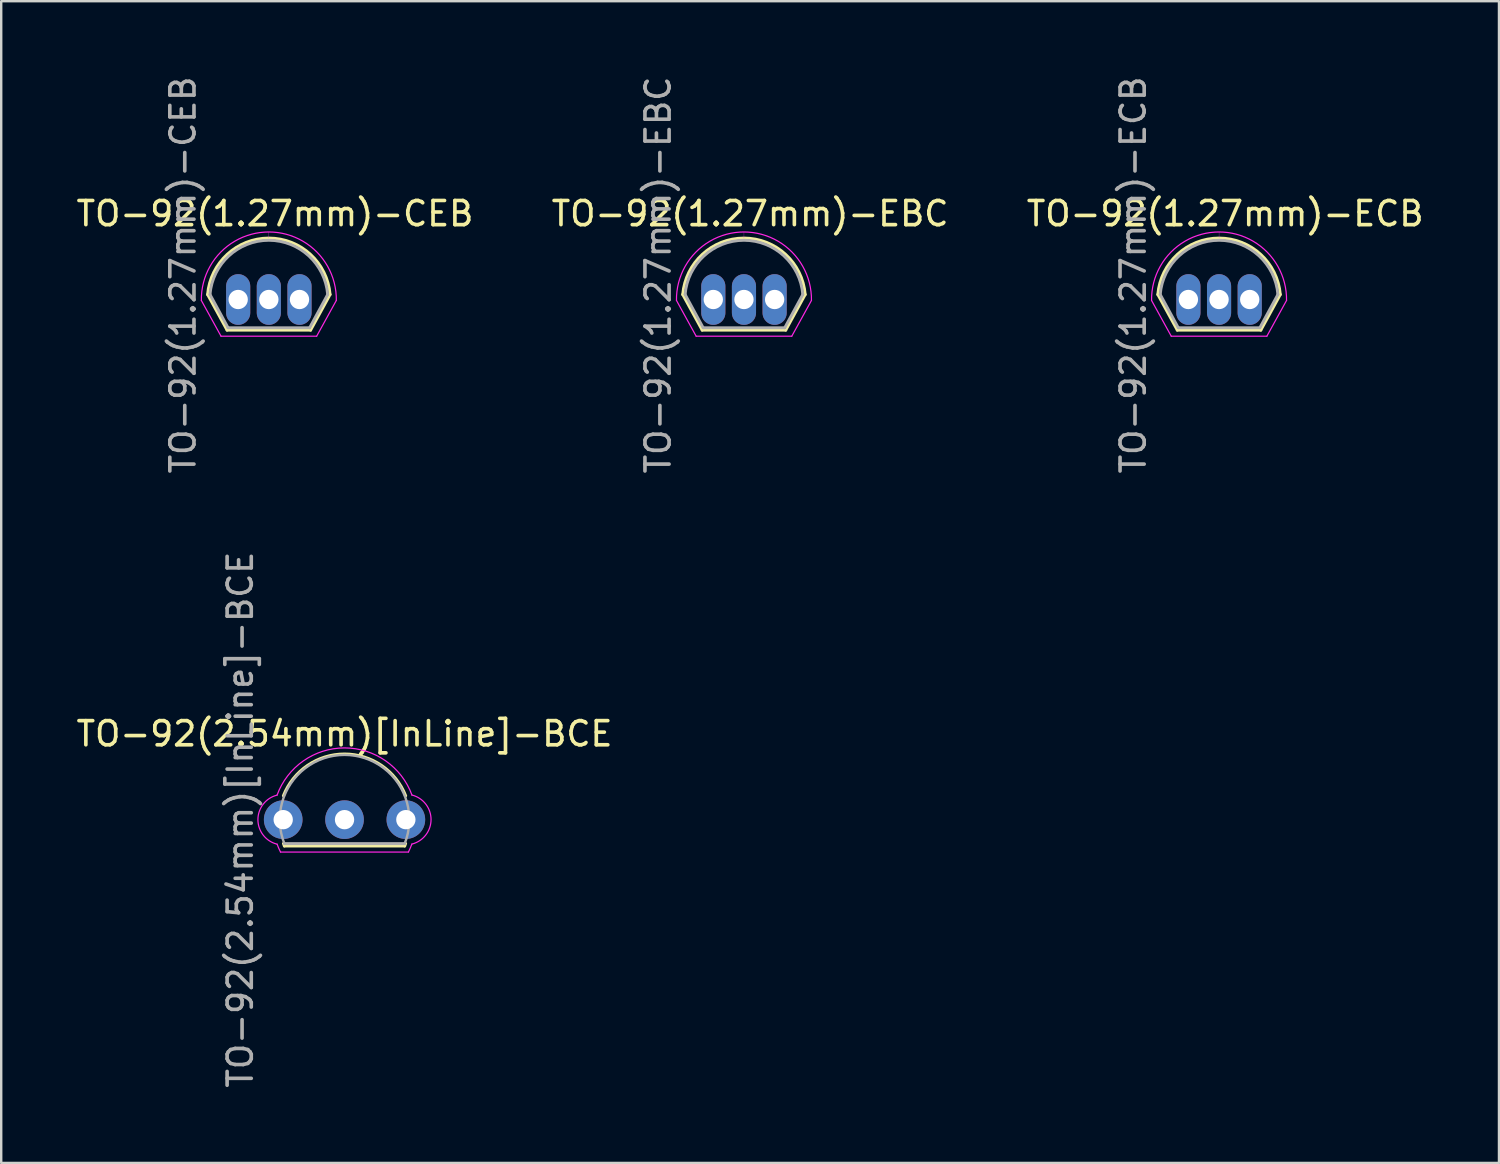
<source format=kicad_pcb>
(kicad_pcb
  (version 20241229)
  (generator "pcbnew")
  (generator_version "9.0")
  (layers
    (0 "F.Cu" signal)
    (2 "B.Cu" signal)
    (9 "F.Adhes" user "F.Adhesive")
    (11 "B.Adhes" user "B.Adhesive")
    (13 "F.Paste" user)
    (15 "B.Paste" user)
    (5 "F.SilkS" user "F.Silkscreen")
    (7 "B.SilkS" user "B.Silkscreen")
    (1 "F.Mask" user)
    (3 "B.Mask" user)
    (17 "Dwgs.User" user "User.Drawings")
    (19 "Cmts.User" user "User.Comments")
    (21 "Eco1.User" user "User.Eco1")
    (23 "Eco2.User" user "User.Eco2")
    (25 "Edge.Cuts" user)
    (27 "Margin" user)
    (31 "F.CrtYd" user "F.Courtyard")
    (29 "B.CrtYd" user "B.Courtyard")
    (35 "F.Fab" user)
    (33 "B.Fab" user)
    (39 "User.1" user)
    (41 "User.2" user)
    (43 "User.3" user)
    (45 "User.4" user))
  (footprint "TO-92(1.27mm)-ECB"
    (layer "F.Cu")
    (at 47.442 9.355)
    (property "Reference" "TO-92(1.27mm)-ECB" (at 0.254 -3.556 0) (unlocked yes) (layer "F.SilkS") (effects (font (size 1 1) (thickness 0.15))))
    (attr through_hole)
    (fp_line (start -1.73 1.27) (end -2.537 -0.206) (stroke (width 0.12) (type solid)) (layer "F.SilkS"))
    (fp_line (start 1.73 1.27) (end -1.73 1.27) (stroke (width 0.12) (type solid)) (layer "F.SilkS"))
    (fp_line (start 1.73 1.27) (end 2.537 -0.206) (stroke (width 0.12) (type solid)) (layer "F.SilkS"))
    (fp_arc (start -2.537006 -0.206178) (mid 0 -2.54537) (end 2.537006 -0.206178) (stroke (width 0.12) (type solid)) (layer "F.SilkS"))
    (fp_line (start -1.98 1.52) (end -2.795 0.04) (stroke (width 0.05) (type solid)) (layer "F.CrtYd"))
    (fp_line (start 0 -2.545) (end 0 -2.795) (stroke (width 0.01) (type solid)) (layer "F.CrtYd"))
    (fp_line (start 1.98 1.52) (end -1.98 1.52) (stroke (width 0.05) (type solid)) (layer "F.CrtYd"))
    (fp_line (start 1.98 1.52) (end 2.795 0.04) (stroke (width 0.05) (type solid)) (layer "F.CrtYd"))
    (fp_arc (start -2.79537 0.04) (mid 0 -2.795656) (end 2.79537 0.04) (stroke (width 0.05) (type solid)) (layer "F.CrtYd"))
    (fp_line (start -1.69 1.17) (end -2.437 -0.206) (stroke (width 0.12) (type solid)) (layer "F.Fab"))
    (fp_line (start 1.69 1.17) (end -1.69 1.17) (stroke (width 0.12) (type solid)) (layer "F.Fab"))
    (fp_line (start 1.69 1.17) (end 2.437 -0.206) (stroke (width 0.12) (type solid)) (layer "F.Fab"))
    (fp_arc (start -2.437006 -0.206178) (mid 0 -2.453015) (end 2.437006 -0.206178) (stroke (width 0.12) (type solid)) (layer "F.Fab"))
    (fp_text user "${REFERENCE}" (at -3.556 -1.016 90) (unlocked yes) (layer "F.Fab") (effects (font (size 1 1) (thickness 0.15))))
    (pad "B" thru_hole oval (at 1.27 0) (size 1 2.1) (drill 0.8) (layers "*.Cu" "*.Mask"))
    (pad "C" thru_hole oval (at 0 0) (size 1 2.1) (drill 0.8) (layers "*.Cu" "*.Mask"))
    (pad "E" thru_hole oval (at -1.27 0) (size 1 2.1) (drill 0.8) (layers "*.Cu" "*.Mask")))
  (footprint "TO-92(1.27mm)-EBC"
    (layer "F.Cu")
    (at 27.764 9.355)
    (property "Reference" "TO-92(1.27mm)-EBC" (at 0.254 -3.556 0) (unlocked yes) (layer "F.SilkS") (effects (font (size 1 1) (thickness 0.15))))
    (attr through_hole)
    (fp_line (start -1.73 1.27) (end -2.537 -0.206) (stroke (width 0.12) (type solid)) (layer "F.SilkS"))
    (fp_line (start 1.73 1.27) (end -1.73 1.27) (stroke (width 0.12) (type solid)) (layer "F.SilkS"))
    (fp_line (start 1.73 1.27) (end 2.537 -0.206) (stroke (width 0.12) (type solid)) (layer "F.SilkS"))
    (fp_arc (start -2.537006 -0.206178) (mid 0 -2.54537) (end 2.537006 -0.206178) (stroke (width 0.12) (type solid)) (layer "F.SilkS"))
    (fp_line (start -1.98 1.52) (end -2.795 0.04) (stroke (width 0.05) (type solid)) (layer "F.CrtYd"))
    (fp_line (start 0 -2.545) (end 0 -2.795) (stroke (width 0.01) (type solid)) (layer "F.CrtYd"))
    (fp_line (start 1.98 1.52) (end -1.98 1.52) (stroke (width 0.05) (type solid)) (layer "F.CrtYd"))
    (fp_line (start 1.98 1.52) (end 2.795 0.04) (stroke (width 0.05) (type solid)) (layer "F.CrtYd"))
    (fp_arc (start -2.79537 0.04) (mid 0 -2.795656) (end 2.79537 0.04) (stroke (width 0.05) (type solid)) (layer "F.CrtYd"))
    (fp_line (start -1.69 1.17) (end -2.437 -0.206) (stroke (width 0.12) (type solid)) (layer "F.Fab"))
    (fp_line (start 1.69 1.17) (end -1.69 1.17) (stroke (width 0.12) (type solid)) (layer "F.Fab"))
    (fp_line (start 1.69 1.17) (end 2.437 -0.206) (stroke (width 0.12) (type solid)) (layer "F.Fab"))
    (fp_arc (start -2.437006 -0.206178) (mid 0 -2.453015) (end 2.437006 -0.206178) (stroke (width 0.12) (type solid)) (layer "F.Fab"))
    (fp_text user "${REFERENCE}" (at -3.556 -1.016 90) (unlocked yes) (layer "F.Fab") (effects (font (size 1 1) (thickness 0.15))))
    (pad "B" thru_hole oval (at 0 0) (size 1 2.1) (drill 0.8) (layers "*.Cu" "*.Mask"))
    (pad "C" thru_hole oval (at 1.27 0) (size 1 2.1) (drill 0.8) (layers "*.Cu" "*.Mask"))
    (pad "E" thru_hole oval (at -1.27 0) (size 1 2.1) (drill 0.8) (layers "*.Cu" "*.Mask")))
  (footprint "TO-92(1.27mm)-CEB"
    (layer "F.Cu")
    (at 8.085 9.355)
    (property "Reference" "TO-92(1.27mm)-CEB" (at 0.254 -3.556 0) (unlocked yes) (layer "F.SilkS") (effects (font (size 1 1) (thickness 0.15))))
    (attr through_hole)
    (fp_line (start -1.73 1.27) (end -2.537 -0.206) (stroke (width 0.12) (type solid)) (layer "F.SilkS"))
    (fp_line (start 1.73 1.27) (end -1.73 1.27) (stroke (width 0.12) (type solid)) (layer "F.SilkS"))
    (fp_line (start 1.73 1.27) (end 2.537 -0.206) (stroke (width 0.12) (type solid)) (layer "F.SilkS"))
    (fp_arc (start -2.537006 -0.206178) (mid 0 -2.54537) (end 2.537006 -0.206178) (stroke (width 0.12) (type solid)) (layer "F.SilkS"))
    (fp_line (start -1.98 1.52) (end -2.795 0.04) (stroke (width 0.05) (type solid)) (layer "F.CrtYd"))
    (fp_line (start 0 -2.545) (end 0 -2.795) (stroke (width 0.01) (type solid)) (layer "F.CrtYd"))
    (fp_line (start 1.98 1.52) (end -1.98 1.52) (stroke (width 0.05) (type solid)) (layer "F.CrtYd"))
    (fp_line (start 1.98 1.52) (end 2.795 0.04) (stroke (width 0.05) (type solid)) (layer "F.CrtYd"))
    (fp_arc (start -2.79537 0.04) (mid 0 -2.795656) (end 2.79537 0.04) (stroke (width 0.05) (type solid)) (layer "F.CrtYd"))
    (fp_line (start -1.69 1.17) (end -2.437 -0.206) (stroke (width 0.12) (type solid)) (layer "F.Fab"))
    (fp_line (start 1.69 1.17) (end -1.69 1.17) (stroke (width 0.12) (type solid)) (layer "F.Fab"))
    (fp_line (start 1.69 1.17) (end 2.437 -0.206) (stroke (width 0.12) (type solid)) (layer "F.Fab"))
    (fp_arc (start -2.437006 -0.206178) (mid 0 -2.453015) (end 2.437006 -0.206178) (stroke (width 0.12) (type solid)) (layer "F.Fab"))
    (fp_text user "${REFERENCE}" (at -3.556 -1.016 90) (unlocked yes) (layer "F.Fab") (effects (font (size 1 1) (thickness 0.15))))
    (pad "B" thru_hole oval (at 1.27 0) (size 1 2.1) (drill 0.8) (layers "*.Cu" "*.Mask"))
    (pad "C" thru_hole oval (at -1.27 0) (size 1 2.1) (drill 0.8) (layers "*.Cu" "*.Mask"))
    (pad "E" thru_hole oval (at 0 0) (size 1 2.1) (drill 0.8) (layers "*.Cu" "*.Mask")))
  (footprint "TO-92(2.54mm)[InLine]-BCE"
    (layer "F.Cu")
    (at 11.22 30.899)
    (property "Reference" "TO-92(2.54mm)[InLine]-BCE" (at 0 -3.556 0) (unlocked yes) (layer "F.SilkS") (effects (font (size 1 1) (thickness 0.15))))
    (attr through_hole)
    (fp_line (start -2.492 1.092) (end -2.531 0.989) (stroke (width 0.12) (type solid)) (layer "F.SilkS"))
    (fp_line (start -2.492 1.092) (end 2.492 1.092) (stroke (width 0.12) (type solid)) (layer "F.SilkS"))
    (fp_line (start 2.492 1.092) (end 2.531 0.989) (stroke (width 0.12) (type solid)) (layer "F.SilkS"))
    (fp_arc (start -2.533425 -0.989193) (mid 0 -2.72062) (end 2.533425 -0.989193) (stroke (width 0.12) (type solid)) (layer "F.SilkS"))
    (fp_line (start -2.651 1.342) (end 2.651 1.342) (stroke (width 0.05) (type solid)) (layer "F.CrtYd"))
    (fp_arc (start -2.794 -1.016) (mid 0 -2.97127) (end 2.794 -1.016) (stroke (width 0.05) (type solid)) (layer "F.CrtYd"))
    (fp_arc (start -2.794 1.015999) (mid -3.587268 0) (end -2.794 -1.015999) (stroke (width 0.05) (type solid)) (layer "F.CrtYd"))
    (fp_arc (start -2.650999 1.342) (mid -2.726608 1.180833) (end -2.79243 1.015428) (stroke (width 0.05) (type solid)) (layer "F.CrtYd"))
    (fp_arc (start 2.7886 1.011598) (mid 2.722778 1.177003) (end 2.647169 1.33817) (stroke (width 0.05) (type solid)) (layer "F.CrtYd"))
    (fp_arc (start 2.79017 -1.019829) (mid 3.583438 -0.00383) (end 2.79017 1.012169) (stroke (width 0.05) (type solid)) (layer "F.CrtYd"))
    (fp_line (start -2.492 0.992) (end 2.492 0.992) (stroke (width 0.12) (type solid)) (layer "F.Fab"))
    (fp_arc (start -2.492 0.9922) (mid 0 -2.682261) (end 2.492 0.9922) (stroke (width 0.1) (type solid)) (layer "F.Fab"))
    (fp_text user "${REFERENCE}" (at -4.318 0 90) (unlocked yes) (layer "F.Fab") (effects (font (size 1 1) (thickness 0.15))))
    (pad "B" thru_hole circle (at -2.54 0) (size 1.6 1.6) (drill 0.8) (layers "*.Cu" "*.Mask"))
    (pad "C" thru_hole circle (at 0 0) (size 1.6 1.6) (drill 0.8) (layers "*.Cu" "*.Mask"))
    (pad "E" thru_hole circle (at 2.54 0) (size 1.6 1.6) (drill 0.8) (layers "*.Cu" "*.Mask")))
  (gr_rect
    (start -3 -3)
    (end 59.036 45.119)
    (stroke (width 0.1) (type default))
    (fill no)
    (layer "Edge.Cuts")))
</source>
